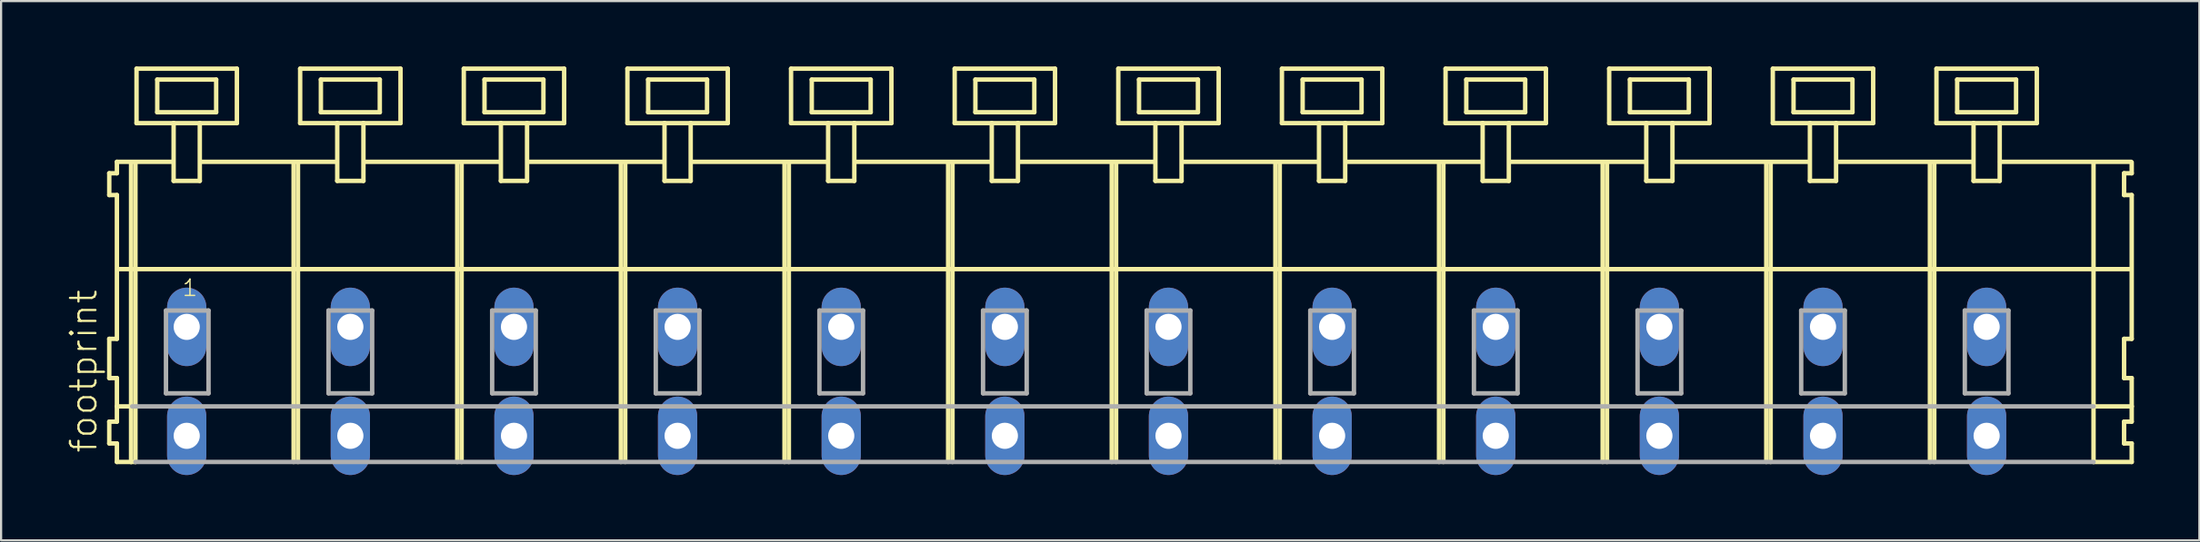
<source format=kicad_pcb>
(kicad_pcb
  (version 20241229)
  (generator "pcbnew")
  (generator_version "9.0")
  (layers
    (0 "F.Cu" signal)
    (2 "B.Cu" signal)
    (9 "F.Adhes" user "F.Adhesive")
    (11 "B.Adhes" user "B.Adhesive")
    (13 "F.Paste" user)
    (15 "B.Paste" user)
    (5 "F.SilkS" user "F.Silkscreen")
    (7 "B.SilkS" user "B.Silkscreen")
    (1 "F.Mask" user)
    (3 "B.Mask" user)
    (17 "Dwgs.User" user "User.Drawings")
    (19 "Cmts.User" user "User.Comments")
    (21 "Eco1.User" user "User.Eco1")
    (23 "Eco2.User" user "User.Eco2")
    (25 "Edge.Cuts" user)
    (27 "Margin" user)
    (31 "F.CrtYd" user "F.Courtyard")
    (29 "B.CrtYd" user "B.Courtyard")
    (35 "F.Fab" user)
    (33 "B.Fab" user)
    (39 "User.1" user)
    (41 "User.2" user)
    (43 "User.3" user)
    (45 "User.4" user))
  (footprint "footprint"
    (layer "F.Cu")
    (at 48.008 11.952)
    (property "Reference" "footprint" (at -46.535 5.855 90) (layer "F.SilkS") (effects (font (size 1.168 1.168) (thickness 0.102)) (justify left bottom)))
    (fp_line (start -46.05 -7.05) (end -46.05 -6.05) (stroke (width 0.203) (type solid)) (layer "F.SilkS"))
    (fp_line (start -46.05 -6.05) (end -45.7 -6.05) (stroke (width 0.203) (type solid)) (layer "F.SilkS"))
    (fp_line (start -46.05 0.55) (end -46.05 2.35) (stroke (width 0.203) (type solid)) (layer "F.SilkS"))
    (fp_line (start -46.05 2.35) (end -45.7 2.35) (stroke (width 0.203) (type solid)) (layer "F.SilkS"))
    (fp_line (start -46.05 4.35) (end -46.05 5.35) (stroke (width 0.203) (type solid)) (layer "F.SilkS"))
    (fp_line (start -46.05 5.35) (end -45.7 5.35) (stroke (width 0.203) (type solid)) (layer "F.SilkS"))
    (fp_line (start -45.7 -7.575) (end -45.7 -7.05) (stroke (width 0.203) (type solid)) (layer "F.SilkS"))
    (fp_line (start -45.7 -7.575) (end -43.125 -7.575) (stroke (width 0.203) (type solid)) (layer "F.SilkS"))
    (fp_line (start -45.7 -7.05) (end -46.05 -7.05) (stroke (width 0.203) (type solid)) (layer "F.SilkS"))
    (fp_line (start -45.7 -6.05) (end -45.7 0.55) (stroke (width 0.203) (type solid)) (layer "F.SilkS"))
    (fp_line (start -45.7 0.55) (end -46.05 0.55) (stroke (width 0.203) (type solid)) (layer "F.SilkS"))
    (fp_line (start -45.7 2.35) (end -45.7 4.35) (stroke (width 0.203) (type solid)) (layer "F.SilkS"))
    (fp_line (start -45.7 3.65) (end -45 3.65) (stroke (width 0.203) (type solid)) (layer "F.SilkS"))
    (fp_line (start -45.7 4.35) (end -46.05 4.35) (stroke (width 0.203) (type solid)) (layer "F.SilkS"))
    (fp_line (start -45.7 5.35) (end -45.7 6.2) (stroke (width 0.203) (type solid)) (layer "F.SilkS"))
    (fp_line (start -45.7 6.2) (end -45.05 6.2) (stroke (width 0.203) (type solid)) (layer "F.SilkS"))
    (fp_line (start -45.65 -2.65) (end 46.6 -2.65) (stroke (width 0.203) (type solid)) (layer "F.SilkS"))
    (fp_line (start -45.05 -7.55) (end -45.05 6.2) (stroke (width 0.203) (type solid)) (layer "F.SilkS"))
    (fp_line (start -45.05 6.2) (end -44.85 6.2) (stroke (width 0.203) (type solid)) (layer "F.SilkS"))
    (fp_line (start -44.85 -7.55) (end -44.85 6.2) (stroke (width 0.203) (type solid)) (layer "F.SilkS"))
    (fp_line (start -44.8 -11.85) (end -44.8 -9.35) (stroke (width 0.203) (type solid)) (layer "F.SilkS"))
    (fp_line (start -44.8 -9.35) (end -43.1 -9.35) (stroke (width 0.203) (type solid)) (layer "F.SilkS"))
    (fp_line (start -43.85 -11.35) (end -43.85 -9.85) (stroke (width 0.203) (type solid)) (layer "F.SilkS"))
    (fp_line (start -43.85 -9.85) (end -41.15 -9.85) (stroke (width 0.203) (type solid)) (layer "F.SilkS"))
    (fp_line (start -43.1 -9.35) (end -43.1 -6.7) (stroke (width 0.203) (type solid)) (layer "F.SilkS"))
    (fp_line (start -43.1 -9.35) (end -41.9 -9.35) (stroke (width 0.203) (type solid)) (layer "F.SilkS"))
    (fp_line (start -43.1 -6.7) (end -41.9 -6.7) (stroke (width 0.203) (type solid)) (layer "F.SilkS"))
    (fp_line (start -41.9 -9.35) (end -40.2 -9.35) (stroke (width 0.203) (type solid)) (layer "F.SilkS"))
    (fp_line (start -41.9 -6.7) (end -41.9 -9.35) (stroke (width 0.203) (type solid)) (layer "F.SilkS"))
    (fp_line (start -41.825 -7.575) (end -35.625 -7.575) (stroke (width 0.203) (type solid)) (layer "F.SilkS"))
    (fp_line (start -41.15 -11.35) (end -43.85 -11.35) (stroke (width 0.203) (type solid)) (layer "F.SilkS"))
    (fp_line (start -41.15 -9.85) (end -41.15 -11.35) (stroke (width 0.203) (type solid)) (layer "F.SilkS"))
    (fp_line (start -40.2 -11.85) (end -44.8 -11.85) (stroke (width 0.203) (type solid)) (layer "F.SilkS"))
    (fp_line (start -40.2 -9.35) (end -40.2 -11.85) (stroke (width 0.203) (type solid)) (layer "F.SilkS"))
    (fp_line (start -37.6 -7.55) (end -37.6 6.2) (stroke (width 0.203) (type solid)) (layer "F.SilkS"))
    (fp_line (start -37.4 -7.55) (end -37.4 6.2) (stroke (width 0.203) (type solid)) (layer "F.SilkS"))
    (fp_line (start -37.3 -11.85) (end -37.3 -9.35) (stroke (width 0.203) (type solid)) (layer "F.SilkS"))
    (fp_line (start -37.3 -9.35) (end -35.6 -9.35) (stroke (width 0.203) (type solid)) (layer "F.SilkS"))
    (fp_line (start -36.35 -11.35) (end -36.35 -9.85) (stroke (width 0.203) (type solid)) (layer "F.SilkS"))
    (fp_line (start -36.35 -9.85) (end -33.65 -9.85) (stroke (width 0.203) (type solid)) (layer "F.SilkS"))
    (fp_line (start -35.6 -9.35) (end -35.6 -6.7) (stroke (width 0.203) (type solid)) (layer "F.SilkS"))
    (fp_line (start -35.6 -9.35) (end -34.4 -9.35) (stroke (width 0.203) (type solid)) (layer "F.SilkS"))
    (fp_line (start -35.6 -6.7) (end -34.4 -6.7) (stroke (width 0.203) (type solid)) (layer "F.SilkS"))
    (fp_line (start -34.4 -9.35) (end -32.7 -9.35) (stroke (width 0.203) (type solid)) (layer "F.SilkS"))
    (fp_line (start -34.4 -6.7) (end -34.4 -9.35) (stroke (width 0.203) (type solid)) (layer "F.SilkS"))
    (fp_line (start -34.325 -7.575) (end -28.125 -7.575) (stroke (width 0.203) (type solid)) (layer "F.SilkS"))
    (fp_line (start -33.65 -11.35) (end -36.35 -11.35) (stroke (width 0.203) (type solid)) (layer "F.SilkS"))
    (fp_line (start -33.65 -9.85) (end -33.65 -11.35) (stroke (width 0.203) (type solid)) (layer "F.SilkS"))
    (fp_line (start -32.7 -11.85) (end -37.3 -11.85) (stroke (width 0.203) (type solid)) (layer "F.SilkS"))
    (fp_line (start -32.7 -9.35) (end -32.7 -11.85) (stroke (width 0.203) (type solid)) (layer "F.SilkS"))
    (fp_line (start -30.1 -7.55) (end -30.1 6.2) (stroke (width 0.203) (type solid)) (layer "F.SilkS"))
    (fp_line (start -29.9 -7.55) (end -29.9 6.2) (stroke (width 0.203) (type solid)) (layer "F.SilkS"))
    (fp_line (start -29.8 -11.85) (end -29.8 -9.35) (stroke (width 0.203) (type solid)) (layer "F.SilkS"))
    (fp_line (start -29.8 -9.35) (end -28.1 -9.35) (stroke (width 0.203) (type solid)) (layer "F.SilkS"))
    (fp_line (start -28.85 -11.35) (end -28.85 -9.85) (stroke (width 0.203) (type solid)) (layer "F.SilkS"))
    (fp_line (start -28.85 -9.85) (end -26.15 -9.85) (stroke (width 0.203) (type solid)) (layer "F.SilkS"))
    (fp_line (start -28.1 -9.35) (end -28.1 -6.7) (stroke (width 0.203) (type solid)) (layer "F.SilkS"))
    (fp_line (start -28.1 -9.35) (end -26.9 -9.35) (stroke (width 0.203) (type solid)) (layer "F.SilkS"))
    (fp_line (start -28.1 -6.7) (end -26.9 -6.7) (stroke (width 0.203) (type solid)) (layer "F.SilkS"))
    (fp_line (start -26.9 -9.35) (end -25.2 -9.35) (stroke (width 0.203) (type solid)) (layer "F.SilkS"))
    (fp_line (start -26.9 -6.7) (end -26.9 -9.35) (stroke (width 0.203) (type solid)) (layer "F.SilkS"))
    (fp_line (start -26.825 -7.575) (end -20.625 -7.575) (stroke (width 0.203) (type solid)) (layer "F.SilkS"))
    (fp_line (start -26.15 -11.35) (end -28.85 -11.35) (stroke (width 0.203) (type solid)) (layer "F.SilkS"))
    (fp_line (start -26.15 -9.85) (end -26.15 -11.35) (stroke (width 0.203) (type solid)) (layer "F.SilkS"))
    (fp_line (start -25.2 -11.85) (end -29.8 -11.85) (stroke (width 0.203) (type solid)) (layer "F.SilkS"))
    (fp_line (start -25.2 -9.35) (end -25.2 -11.85) (stroke (width 0.203) (type solid)) (layer "F.SilkS"))
    (fp_line (start -22.6 -7.55) (end -22.6 6.2) (stroke (width 0.203) (type solid)) (layer "F.SilkS"))
    (fp_line (start -22.4 -7.55) (end -22.4 6.2) (stroke (width 0.203) (type solid)) (layer "F.SilkS"))
    (fp_line (start -22.3 -11.85) (end -22.3 -9.35) (stroke (width 0.203) (type solid)) (layer "F.SilkS"))
    (fp_line (start -22.3 -9.35) (end -20.6 -9.35) (stroke (width 0.203) (type solid)) (layer "F.SilkS"))
    (fp_line (start -21.35 -11.35) (end -21.35 -9.85) (stroke (width 0.203) (type solid)) (layer "F.SilkS"))
    (fp_line (start -21.35 -9.85) (end -18.65 -9.85) (stroke (width 0.203) (type solid)) (layer "F.SilkS"))
    (fp_line (start -20.6 -9.35) (end -20.6 -6.7) (stroke (width 0.203) (type solid)) (layer "F.SilkS"))
    (fp_line (start -20.6 -9.35) (end -19.4 -9.35) (stroke (width 0.203) (type solid)) (layer "F.SilkS"))
    (fp_line (start -20.6 -6.7) (end -19.4 -6.7) (stroke (width 0.203) (type solid)) (layer "F.SilkS"))
    (fp_line (start -19.4 -9.35) (end -17.7 -9.35) (stroke (width 0.203) (type solid)) (layer "F.SilkS"))
    (fp_line (start -19.4 -6.7) (end -19.4 -9.35) (stroke (width 0.203) (type solid)) (layer "F.SilkS"))
    (fp_line (start -19.325 -7.575) (end -13.125 -7.575) (stroke (width 0.203) (type solid)) (layer "F.SilkS"))
    (fp_line (start -18.65 -11.35) (end -21.35 -11.35) (stroke (width 0.203) (type solid)) (layer "F.SilkS"))
    (fp_line (start -18.65 -9.85) (end -18.65 -11.35) (stroke (width 0.203) (type solid)) (layer "F.SilkS"))
    (fp_line (start -17.7 -11.85) (end -22.3 -11.85) (stroke (width 0.203) (type solid)) (layer "F.SilkS"))
    (fp_line (start -17.7 -9.35) (end -17.7 -11.85) (stroke (width 0.203) (type solid)) (layer "F.SilkS"))
    (fp_line (start -15.1 -7.55) (end -15.1 6.2) (stroke (width 0.203) (type solid)) (layer "F.SilkS"))
    (fp_line (start -14.9 -7.55) (end -14.9 6.2) (stroke (width 0.203) (type solid)) (layer "F.SilkS"))
    (fp_line (start -14.8 -11.85) (end -14.8 -9.35) (stroke (width 0.203) (type solid)) (layer "F.SilkS"))
    (fp_line (start -14.8 -9.35) (end -13.1 -9.35) (stroke (width 0.203) (type solid)) (layer "F.SilkS"))
    (fp_line (start -13.85 -11.35) (end -13.85 -9.85) (stroke (width 0.203) (type solid)) (layer "F.SilkS"))
    (fp_line (start -13.85 -9.85) (end -11.15 -9.85) (stroke (width 0.203) (type solid)) (layer "F.SilkS"))
    (fp_line (start -13.1 -9.35) (end -13.1 -6.7) (stroke (width 0.203) (type solid)) (layer "F.SilkS"))
    (fp_line (start -13.1 -9.35) (end -11.9 -9.35) (stroke (width 0.203) (type solid)) (layer "F.SilkS"))
    (fp_line (start -13.1 -6.7) (end -11.9 -6.7) (stroke (width 0.203) (type solid)) (layer "F.SilkS"))
    (fp_line (start -11.9 -9.35) (end -10.2 -9.35) (stroke (width 0.203) (type solid)) (layer "F.SilkS"))
    (fp_line (start -11.9 -6.7) (end -11.9 -9.35) (stroke (width 0.203) (type solid)) (layer "F.SilkS"))
    (fp_line (start -11.825 -7.575) (end -5.625 -7.575) (stroke (width 0.203) (type solid)) (layer "F.SilkS"))
    (fp_line (start -11.15 -11.35) (end -13.85 -11.35) (stroke (width 0.203) (type solid)) (layer "F.SilkS"))
    (fp_line (start -11.15 -9.85) (end -11.15 -11.35) (stroke (width 0.203) (type solid)) (layer "F.SilkS"))
    (fp_line (start -10.2 -11.85) (end -14.8 -11.85) (stroke (width 0.203) (type solid)) (layer "F.SilkS"))
    (fp_line (start -10.2 -9.35) (end -10.2 -11.85) (stroke (width 0.203) (type solid)) (layer "F.SilkS"))
    (fp_line (start -7.6 -7.55) (end -7.6 6.2) (stroke (width 0.203) (type solid)) (layer "F.SilkS"))
    (fp_line (start -7.4 -7.55) (end -7.4 6.2) (stroke (width 0.203) (type solid)) (layer "F.SilkS"))
    (fp_line (start -7.3 -11.85) (end -7.3 -9.35) (stroke (width 0.203) (type solid)) (layer "F.SilkS"))
    (fp_line (start -7.3 -9.35) (end -5.6 -9.35) (stroke (width 0.203) (type solid)) (layer "F.SilkS"))
    (fp_line (start -6.35 -11.35) (end -6.35 -9.85) (stroke (width 0.203) (type solid)) (layer "F.SilkS"))
    (fp_line (start -6.35 -9.85) (end -3.65 -9.85) (stroke (width 0.203) (type solid)) (layer "F.SilkS"))
    (fp_line (start -5.6 -9.35) (end -5.6 -6.7) (stroke (width 0.203) (type solid)) (layer "F.SilkS"))
    (fp_line (start -5.6 -9.35) (end -4.4 -9.35) (stroke (width 0.203) (type solid)) (layer "F.SilkS"))
    (fp_line (start -5.6 -6.7) (end -4.4 -6.7) (stroke (width 0.203) (type solid)) (layer "F.SilkS"))
    (fp_line (start -4.4 -9.35) (end -2.7 -9.35) (stroke (width 0.203) (type solid)) (layer "F.SilkS"))
    (fp_line (start -4.4 -6.7) (end -4.4 -9.35) (stroke (width 0.203) (type solid)) (layer "F.SilkS"))
    (fp_line (start -4.325 -7.575) (end 1.875 -7.575) (stroke (width 0.203) (type solid)) (layer "F.SilkS"))
    (fp_line (start -3.65 -11.35) (end -6.35 -11.35) (stroke (width 0.203) (type solid)) (layer "F.SilkS"))
    (fp_line (start -3.65 -9.85) (end -3.65 -11.35) (stroke (width 0.203) (type solid)) (layer "F.SilkS"))
    (fp_line (start -2.7 -11.85) (end -7.3 -11.85) (stroke (width 0.203) (type solid)) (layer "F.SilkS"))
    (fp_line (start -2.7 -9.35) (end -2.7 -11.85) (stroke (width 0.203) (type solid)) (layer "F.SilkS"))
    (fp_line (start -0.1 -7.55) (end -0.1 6.2) (stroke (width 0.203) (type solid)) (layer "F.SilkS"))
    (fp_line (start 0.1 -7.55) (end 0.1 6.2) (stroke (width 0.203) (type solid)) (layer "F.SilkS"))
    (fp_line (start 0.2 -11.85) (end 0.2 -9.35) (stroke (width 0.203) (type solid)) (layer "F.SilkS"))
    (fp_line (start 0.2 -9.35) (end 1.9 -9.35) (stroke (width 0.203) (type solid)) (layer "F.SilkS"))
    (fp_line (start 1.15 -11.35) (end 1.15 -9.85) (stroke (width 0.203) (type solid)) (layer "F.SilkS"))
    (fp_line (start 1.15 -9.85) (end 3.85 -9.85) (stroke (width 0.203) (type solid)) (layer "F.SilkS"))
    (fp_line (start 1.9 -9.35) (end 1.9 -6.7) (stroke (width 0.203) (type solid)) (layer "F.SilkS"))
    (fp_line (start 1.9 -9.35) (end 3.1 -9.35) (stroke (width 0.203) (type solid)) (layer "F.SilkS"))
    (fp_line (start 1.9 -6.7) (end 3.1 -6.7) (stroke (width 0.203) (type solid)) (layer "F.SilkS"))
    (fp_line (start 3.1 -9.35) (end 4.8 -9.35) (stroke (width 0.203) (type solid)) (layer "F.SilkS"))
    (fp_line (start 3.1 -6.7) (end 3.1 -9.35) (stroke (width 0.203) (type solid)) (layer "F.SilkS"))
    (fp_line (start 3.175 -7.575) (end 9.375 -7.575) (stroke (width 0.203) (type solid)) (layer "F.SilkS"))
    (fp_line (start 3.85 -11.35) (end 1.15 -11.35) (stroke (width 0.203) (type solid)) (layer "F.SilkS"))
    (fp_line (start 3.85 -9.85) (end 3.85 -11.35) (stroke (width 0.203) (type solid)) (layer "F.SilkS"))
    (fp_line (start 4.8 -11.85) (end 0.2 -11.85) (stroke (width 0.203) (type solid)) (layer "F.SilkS"))
    (fp_line (start 4.8 -9.35) (end 4.8 -11.85) (stroke (width 0.203) (type solid)) (layer "F.SilkS"))
    (fp_line (start 7.4 -7.55) (end 7.4 6.2) (stroke (width 0.203) (type solid)) (layer "F.SilkS"))
    (fp_line (start 7.6 -7.55) (end 7.6 6.2) (stroke (width 0.203) (type solid)) (layer "F.SilkS"))
    (fp_line (start 7.7 -11.85) (end 7.7 -9.35) (stroke (width 0.203) (type solid)) (layer "F.SilkS"))
    (fp_line (start 7.7 -9.35) (end 9.4 -9.35) (stroke (width 0.203) (type solid)) (layer "F.SilkS"))
    (fp_line (start 8.65 -11.35) (end 8.65 -9.85) (stroke (width 0.203) (type solid)) (layer "F.SilkS"))
    (fp_line (start 8.65 -9.85) (end 11.35 -9.85) (stroke (width 0.203) (type solid)) (layer "F.SilkS"))
    (fp_line (start 9.4 -9.35) (end 9.4 -6.7) (stroke (width 0.203) (type solid)) (layer "F.SilkS"))
    (fp_line (start 9.4 -9.35) (end 10.6 -9.35) (stroke (width 0.203) (type solid)) (layer "F.SilkS"))
    (fp_line (start 9.4 -6.7) (end 10.6 -6.7) (stroke (width 0.203) (type solid)) (layer "F.SilkS"))
    (fp_line (start 10.6 -9.35) (end 12.3 -9.35) (stroke (width 0.203) (type solid)) (layer "F.SilkS"))
    (fp_line (start 10.6 -6.7) (end 10.6 -9.35) (stroke (width 0.203) (type solid)) (layer "F.SilkS"))
    (fp_line (start 10.675 -7.575) (end 16.875 -7.575) (stroke (width 0.203) (type solid)) (layer "F.SilkS"))
    (fp_line (start 11.35 -11.35) (end 8.65 -11.35) (stroke (width 0.203) (type solid)) (layer "F.SilkS"))
    (fp_line (start 11.35 -9.85) (end 11.35 -11.35) (stroke (width 0.203) (type solid)) (layer "F.SilkS"))
    (fp_line (start 12.3 -11.85) (end 7.7 -11.85) (stroke (width 0.203) (type solid)) (layer "F.SilkS"))
    (fp_line (start 12.3 -9.35) (end 12.3 -11.85) (stroke (width 0.203) (type solid)) (layer "F.SilkS"))
    (fp_line (start 14.9 -7.55) (end 14.9 6.2) (stroke (width 0.203) (type solid)) (layer "F.SilkS"))
    (fp_line (start 15.1 -7.55) (end 15.1 6.2) (stroke (width 0.203) (type solid)) (layer "F.SilkS"))
    (fp_line (start 15.2 -11.85) (end 15.2 -9.35) (stroke (width 0.203) (type solid)) (layer "F.SilkS"))
    (fp_line (start 15.2 -9.35) (end 16.9 -9.35) (stroke (width 0.203) (type solid)) (layer "F.SilkS"))
    (fp_line (start 16.15 -11.35) (end 16.15 -9.85) (stroke (width 0.203) (type solid)) (layer "F.SilkS"))
    (fp_line (start 16.15 -9.85) (end 18.85 -9.85) (stroke (width 0.203) (type solid)) (layer "F.SilkS"))
    (fp_line (start 16.9 -9.35) (end 16.9 -6.7) (stroke (width 0.203) (type solid)) (layer "F.SilkS"))
    (fp_line (start 16.9 -9.35) (end 18.1 -9.35) (stroke (width 0.203) (type solid)) (layer "F.SilkS"))
    (fp_line (start 16.9 -6.7) (end 18.1 -6.7) (stroke (width 0.203) (type solid)) (layer "F.SilkS"))
    (fp_line (start 18.1 -9.35) (end 19.8 -9.35) (stroke (width 0.203) (type solid)) (layer "F.SilkS"))
    (fp_line (start 18.1 -6.7) (end 18.1 -9.35) (stroke (width 0.203) (type solid)) (layer "F.SilkS"))
    (fp_line (start 18.175 -7.575) (end 24.375 -7.575) (stroke (width 0.203) (type solid)) (layer "F.SilkS"))
    (fp_line (start 18.85 -11.35) (end 16.15 -11.35) (stroke (width 0.203) (type solid)) (layer "F.SilkS"))
    (fp_line (start 18.85 -9.85) (end 18.85 -11.35) (stroke (width 0.203) (type solid)) (layer "F.SilkS"))
    (fp_line (start 19.8 -11.85) (end 15.2 -11.85) (stroke (width 0.203) (type solid)) (layer "F.SilkS"))
    (fp_line (start 19.8 -9.35) (end 19.8 -11.85) (stroke (width 0.203) (type solid)) (layer "F.SilkS"))
    (fp_line (start 22.4 -7.55) (end 22.4 6.2) (stroke (width 0.203) (type solid)) (layer "F.SilkS"))
    (fp_line (start 22.6 -7.55) (end 22.6 6.2) (stroke (width 0.203) (type solid)) (layer "F.SilkS"))
    (fp_line (start 22.7 -11.85) (end 22.7 -9.35) (stroke (width 0.203) (type solid)) (layer "F.SilkS"))
    (fp_line (start 22.7 -9.35) (end 24.4 -9.35) (stroke (width 0.203) (type solid)) (layer "F.SilkS"))
    (fp_line (start 23.65 -11.35) (end 23.65 -9.85) (stroke (width 0.203) (type solid)) (layer "F.SilkS"))
    (fp_line (start 23.65 -9.85) (end 26.35 -9.85) (stroke (width 0.203) (type solid)) (layer "F.SilkS"))
    (fp_line (start 24.4 -9.35) (end 24.4 -6.7) (stroke (width 0.203) (type solid)) (layer "F.SilkS"))
    (fp_line (start 24.4 -9.35) (end 25.6 -9.35) (stroke (width 0.203) (type solid)) (layer "F.SilkS"))
    (fp_line (start 24.4 -6.7) (end 25.6 -6.7) (stroke (width 0.203) (type solid)) (layer "F.SilkS"))
    (fp_line (start 25.6 -9.35) (end 27.3 -9.35) (stroke (width 0.203) (type solid)) (layer "F.SilkS"))
    (fp_line (start 25.6 -6.7) (end 25.6 -9.35) (stroke (width 0.203) (type solid)) (layer "F.SilkS"))
    (fp_line (start 25.675 -7.575) (end 31.875 -7.575) (stroke (width 0.203) (type solid)) (layer "F.SilkS"))
    (fp_line (start 26.35 -11.35) (end 23.65 -11.35) (stroke (width 0.203) (type solid)) (layer "F.SilkS"))
    (fp_line (start 26.35 -9.85) (end 26.35 -11.35) (stroke (width 0.203) (type solid)) (layer "F.SilkS"))
    (fp_line (start 27.3 -11.85) (end 22.7 -11.85) (stroke (width 0.203) (type solid)) (layer "F.SilkS"))
    (fp_line (start 27.3 -9.35) (end 27.3 -11.85) (stroke (width 0.203) (type solid)) (layer "F.SilkS"))
    (fp_line (start 29.9 -7.55) (end 29.9 6.2) (stroke (width 0.203) (type solid)) (layer "F.SilkS"))
    (fp_line (start 30.1 -7.55) (end 30.1 6.2) (stroke (width 0.203) (type solid)) (layer "F.SilkS"))
    (fp_line (start 30.2 -11.85) (end 30.2 -9.35) (stroke (width 0.203) (type solid)) (layer "F.SilkS"))
    (fp_line (start 30.2 -9.35) (end 31.9 -9.35) (stroke (width 0.203) (type solid)) (layer "F.SilkS"))
    (fp_line (start 31.15 -11.35) (end 31.15 -9.85) (stroke (width 0.203) (type solid)) (layer "F.SilkS"))
    (fp_line (start 31.15 -9.85) (end 33.85 -9.85) (stroke (width 0.203) (type solid)) (layer "F.SilkS"))
    (fp_line (start 31.9 -9.35) (end 31.9 -6.7) (stroke (width 0.203) (type solid)) (layer "F.SilkS"))
    (fp_line (start 31.9 -9.35) (end 33.1 -9.35) (stroke (width 0.203) (type solid)) (layer "F.SilkS"))
    (fp_line (start 31.9 -6.7) (end 33.1 -6.7) (stroke (width 0.203) (type solid)) (layer "F.SilkS"))
    (fp_line (start 33.1 -9.35) (end 34.8 -9.35) (stroke (width 0.203) (type solid)) (layer "F.SilkS"))
    (fp_line (start 33.1 -6.7) (end 33.1 -9.35) (stroke (width 0.203) (type solid)) (layer "F.SilkS"))
    (fp_line (start 33.175 -7.575) (end 39.375 -7.575) (stroke (width 0.203) (type solid)) (layer "F.SilkS"))
    (fp_line (start 33.85 -11.35) (end 31.15 -11.35) (stroke (width 0.203) (type solid)) (layer "F.SilkS"))
    (fp_line (start 33.85 -9.85) (end 33.85 -11.35) (stroke (width 0.203) (type solid)) (layer "F.SilkS"))
    (fp_line (start 34.8 -11.85) (end 30.2 -11.85) (stroke (width 0.203) (type solid)) (layer "F.SilkS"))
    (fp_line (start 34.8 -9.35) (end 34.8 -11.85) (stroke (width 0.203) (type solid)) (layer "F.SilkS"))
    (fp_line (start 37.4 -7.55) (end 37.4 6.2) (stroke (width 0.203) (type solid)) (layer "F.SilkS"))
    (fp_line (start 37.6 -7.55) (end 37.6 6.2) (stroke (width 0.203) (type solid)) (layer "F.SilkS"))
    (fp_line (start 37.7 -11.85) (end 37.7 -9.35) (stroke (width 0.203) (type solid)) (layer "F.SilkS"))
    (fp_line (start 37.7 -9.35) (end 39.4 -9.35) (stroke (width 0.203) (type solid)) (layer "F.SilkS"))
    (fp_line (start 38.65 -11.35) (end 38.65 -9.85) (stroke (width 0.203) (type solid)) (layer "F.SilkS"))
    (fp_line (start 38.65 -9.85) (end 41.35 -9.85) (stroke (width 0.203) (type solid)) (layer "F.SilkS"))
    (fp_line (start 39.4 -9.35) (end 39.4 -6.7) (stroke (width 0.203) (type solid)) (layer "F.SilkS"))
    (fp_line (start 39.4 -9.35) (end 40.6 -9.35) (stroke (width 0.203) (type solid)) (layer "F.SilkS"))
    (fp_line (start 39.4 -6.7) (end 40.6 -6.7) (stroke (width 0.203) (type solid)) (layer "F.SilkS"))
    (fp_line (start 40.6 -9.35) (end 42.3 -9.35) (stroke (width 0.203) (type solid)) (layer "F.SilkS"))
    (fp_line (start 40.6 -6.7) (end 40.6 -9.35) (stroke (width 0.203) (type solid)) (layer "F.SilkS"))
    (fp_line (start 40.625 -7.575) (end 46.625 -7.575) (stroke (width 0.203) (type solid)) (layer "F.SilkS"))
    (fp_line (start 41.35 -11.35) (end 38.65 -11.35) (stroke (width 0.203) (type solid)) (layer "F.SilkS"))
    (fp_line (start 41.35 -9.85) (end 41.35 -11.35) (stroke (width 0.203) (type solid)) (layer "F.SilkS"))
    (fp_line (start 42.3 -11.85) (end 37.7 -11.85) (stroke (width 0.203) (type solid)) (layer "F.SilkS"))
    (fp_line (start 42.3 -9.35) (end 42.3 -11.85) (stroke (width 0.203) (type solid)) (layer "F.SilkS"))
    (fp_line (start 44.9 -7.55) (end 44.9 6.2) (stroke (width 0.203) (type solid)) (layer "F.SilkS"))
    (fp_line (start 44.9 6.2) (end 46.65 6.2) (stroke (width 0.203) (type solid)) (layer "F.SilkS"))
    (fp_line (start 44.95 3.65) (end 46.65 3.65) (stroke (width 0.203) (type solid)) (layer "F.SilkS"))
    (fp_line (start 46.3 -7.05) (end 46.3 -6.05) (stroke (width 0.203) (type solid)) (layer "F.SilkS"))
    (fp_line (start 46.3 -6.05) (end 46.65 -6.05) (stroke (width 0.203) (type solid)) (layer "F.SilkS"))
    (fp_line (start 46.3 0.55) (end 46.3 2.35) (stroke (width 0.203) (type solid)) (layer "F.SilkS"))
    (fp_line (start 46.3 2.35) (end 46.65 2.35) (stroke (width 0.203) (type solid)) (layer "F.SilkS"))
    (fp_line (start 46.3 4.35) (end 46.3 5.35) (stroke (width 0.203) (type solid)) (layer "F.SilkS"))
    (fp_line (start 46.3 5.35) (end 46.65 5.35) (stroke (width 0.203) (type solid)) (layer "F.SilkS"))
    (fp_line (start 46.65 -7.05) (end 46.3 -7.05) (stroke (width 0.203) (type solid)) (layer "F.SilkS"))
    (fp_line (start 46.65 -7.05) (end 46.65 -7.55) (stroke (width 0.203) (type solid)) (layer "F.SilkS"))
    (fp_line (start 46.65 0.55) (end 46.3 0.55) (stroke (width 0.203) (type solid)) (layer "F.SilkS"))
    (fp_line (start 46.65 0.55) (end 46.65 -6.05) (stroke (width 0.203) (type solid)) (layer "F.SilkS"))
    (fp_line (start 46.65 3.65) (end 46.65 2.35) (stroke (width 0.203) (type solid)) (layer "F.SilkS"))
    (fp_line (start 46.65 4.35) (end 46.3 4.35) (stroke (width 0.203) (type solid)) (layer "F.SilkS"))
    (fp_line (start 46.65 4.35) (end 46.65 3.65) (stroke (width 0.203) (type solid)) (layer "F.SilkS"))
    (fp_line (start 46.65 6.2) (end 46.65 5.35) (stroke (width 0.203) (type solid)) (layer "F.SilkS"))
    (fp_line (start -45 3.65) (end 44.9 3.65) (stroke (width 0.203) (type solid)) (layer "F.Fab"))
    (fp_line (start -44.85 6.2) (end 44.9 6.2) (stroke (width 0.203) (type solid)) (layer "F.Fab"))
    (fp_line (start -43.45 -0.75) (end -43.45 3.05) (stroke (width 0.203) (type solid)) (layer "F.Fab"))
    (fp_line (start -43.45 3.05) (end -41.5 3.05) (stroke (width 0.203) (type solid)) (layer "F.Fab"))
    (fp_line (start -41.5 -0.75) (end -43.45 -0.75) (stroke (width 0.203) (type solid)) (layer "F.Fab"))
    (fp_line (start -41.5 3.05) (end -41.5 -0.75) (stroke (width 0.203) (type solid)) (layer "F.Fab"))
    (fp_line (start -36 -0.75) (end -36 3.05) (stroke (width 0.203) (type solid)) (layer "F.Fab"))
    (fp_line (start -36 3.05) (end -34 3.05) (stroke (width 0.203) (type solid)) (layer "F.Fab"))
    (fp_line (start -34 -0.75) (end -36 -0.75) (stroke (width 0.203) (type solid)) (layer "F.Fab"))
    (fp_line (start -34 3.05) (end -34 -0.75) (stroke (width 0.203) (type solid)) (layer "F.Fab"))
    (fp_line (start -28.5 -0.75) (end -28.5 3.05) (stroke (width 0.203) (type solid)) (layer "F.Fab"))
    (fp_line (start -28.5 3.05) (end -26.5 3.05) (stroke (width 0.203) (type solid)) (layer "F.Fab"))
    (fp_line (start -26.5 -0.75) (end -28.5 -0.75) (stroke (width 0.203) (type solid)) (layer "F.Fab"))
    (fp_line (start -26.5 3.05) (end -26.5 -0.75) (stroke (width 0.203) (type solid)) (layer "F.Fab"))
    (fp_line (start -21 -0.75) (end -21 3.05) (stroke (width 0.203) (type solid)) (layer "F.Fab"))
    (fp_line (start -21 3.05) (end -19 3.05) (stroke (width 0.203) (type solid)) (layer "F.Fab"))
    (fp_line (start -19 -0.75) (end -21 -0.75) (stroke (width 0.203) (type solid)) (layer "F.Fab"))
    (fp_line (start -19 3.05) (end -19 -0.75) (stroke (width 0.203) (type solid)) (layer "F.Fab"))
    (fp_line (start -13.5 -0.75) (end -13.5 3.05) (stroke (width 0.203) (type solid)) (layer "F.Fab"))
    (fp_line (start -13.5 3.05) (end -11.5 3.05) (stroke (width 0.203) (type solid)) (layer "F.Fab"))
    (fp_line (start -11.5 -0.75) (end -13.5 -0.75) (stroke (width 0.203) (type solid)) (layer "F.Fab"))
    (fp_line (start -11.5 3.05) (end -11.5 -0.75) (stroke (width 0.203) (type solid)) (layer "F.Fab"))
    (fp_line (start -6 -0.75) (end -6 3.05) (stroke (width 0.203) (type solid)) (layer "F.Fab"))
    (fp_line (start -6 3.05) (end -4 3.05) (stroke (width 0.203) (type solid)) (layer "F.Fab"))
    (fp_line (start -4 -0.75) (end -6 -0.75) (stroke (width 0.203) (type solid)) (layer "F.Fab"))
    (fp_line (start -4 3.05) (end -4 -0.75) (stroke (width 0.203) (type solid)) (layer "F.Fab"))
    (fp_line (start 1.5 -0.75) (end 1.5 3.05) (stroke (width 0.203) (type solid)) (layer "F.Fab"))
    (fp_line (start 1.5 3.05) (end 3.5 3.05) (stroke (width 0.203) (type solid)) (layer "F.Fab"))
    (fp_line (start 3.5 -0.75) (end 1.5 -0.75) (stroke (width 0.203) (type solid)) (layer "F.Fab"))
    (fp_line (start 3.5 3.05) (end 3.5 -0.75) (stroke (width 0.203) (type solid)) (layer "F.Fab"))
    (fp_line (start 9 -0.75) (end 9 3.05) (stroke (width 0.203) (type solid)) (layer "F.Fab"))
    (fp_line (start 9 3.05) (end 11 3.05) (stroke (width 0.203) (type solid)) (layer "F.Fab"))
    (fp_line (start 11 -0.75) (end 9 -0.75) (stroke (width 0.203) (type solid)) (layer "F.Fab"))
    (fp_line (start 11 3.05) (end 11 -0.75) (stroke (width 0.203) (type solid)) (layer "F.Fab"))
    (fp_line (start 16.5 -0.75) (end 16.5 3.05) (stroke (width 0.203) (type solid)) (layer "F.Fab"))
    (fp_line (start 16.5 3.05) (end 18.5 3.05) (stroke (width 0.203) (type solid)) (layer "F.Fab"))
    (fp_line (start 18.5 -0.75) (end 16.5 -0.75) (stroke (width 0.203) (type solid)) (layer "F.Fab"))
    (fp_line (start 18.5 3.05) (end 18.5 -0.75) (stroke (width 0.203) (type solid)) (layer "F.Fab"))
    (fp_line (start 24 -0.75) (end 24 3.05) (stroke (width 0.203) (type solid)) (layer "F.Fab"))
    (fp_line (start 24 3.05) (end 26 3.05) (stroke (width 0.203) (type solid)) (layer "F.Fab"))
    (fp_line (start 26 -0.75) (end 24 -0.75) (stroke (width 0.203) (type solid)) (layer "F.Fab"))
    (fp_line (start 26 3.05) (end 26 -0.75) (stroke (width 0.203) (type solid)) (layer "F.Fab"))
    (fp_line (start 31.5 -0.75) (end 31.5 3.05) (stroke (width 0.203) (type solid)) (layer "F.Fab"))
    (fp_line (start 31.5 3.05) (end 33.5 3.05) (stroke (width 0.203) (type solid)) (layer "F.Fab"))
    (fp_line (start 33.5 -0.75) (end 31.5 -0.75) (stroke (width 0.203) (type solid)) (layer "F.Fab"))
    (fp_line (start 33.5 3.05) (end 33.5 -0.75) (stroke (width 0.203) (type solid)) (layer "F.Fab"))
    (fp_line (start 39 -0.75) (end 39 3.05) (stroke (width 0.203) (type solid)) (layer "F.Fab"))
    (fp_line (start 39 3.05) (end 41 3.05) (stroke (width 0.203) (type solid)) (layer "F.Fab"))
    (fp_line (start 41 -0.75) (end 39 -0.75) (stroke (width 0.203) (type solid)) (layer "F.Fab"))
    (fp_line (start 41 3.05) (end 41 -0.75) (stroke (width 0.203) (type solid)) (layer "F.Fab"))
    (fp_text user "1" (at -42.75 -1.35 0) (layer "F.SilkS") (effects (font (size 0.748 0.748) (thickness 0.065)) (justify left bottom)))
    (pad "A1" thru_hole oval (at -42.5 0 90) (size 3.6 1.8) (drill 1.2) (layers "*.Cu" "*.Mask"))
    (pad "A2" thru_hole oval (at -35 0 90) (size 3.6 1.8) (drill 1.2) (layers "*.Cu" "*.Mask"))
    (pad "A3" thru_hole oval (at -27.5 0 90) (size 3.6 1.8) (drill 1.2) (layers "*.Cu" "*.Mask"))
    (pad "A4" thru_hole oval (at -20 0 90) (size 3.6 1.8) (drill 1.2) (layers "*.Cu" "*.Mask"))
    (pad "A5" thru_hole oval (at -12.5 0 90) (size 3.6 1.8) (drill 1.2) (layers "*.Cu" "*.Mask"))
    (pad "A6" thru_hole oval (at -5 0 90) (size 3.6 1.8) (drill 1.2) (layers "*.Cu" "*.Mask"))
    (pad "A7" thru_hole oval (at 2.5 0 90) (size 3.6 1.8) (drill 1.2) (layers "*.Cu" "*.Mask"))
    (pad "A8" thru_hole oval (at 10 0 90) (size 3.6 1.8) (drill 1.2) (layers "*.Cu" "*.Mask"))
    (pad "A9" thru_hole oval (at 17.5 0 90) (size 3.6 1.8) (drill 1.2) (layers "*.Cu" "*.Mask"))
    (pad "A10" thru_hole oval (at 25 0 90) (size 3.6 1.8) (drill 1.2) (layers "*.Cu" "*.Mask"))
    (pad "A11" thru_hole oval (at 32.5 0 90) (size 3.6 1.8) (drill 1.2) (layers "*.Cu" "*.Mask"))
    (pad "A12" thru_hole oval (at 40 0 90) (size 3.6 1.8) (drill 1.2) (layers "*.Cu" "*.Mask"))
    (pad "B1" thru_hole oval (at -42.5 5 90) (size 3.6 1.8) (drill 1.2) (layers "*.Cu" "*.Mask"))
    (pad "B2" thru_hole oval (at -35 5 90) (size 3.6 1.8) (drill 1.2) (layers "*.Cu" "*.Mask"))
    (pad "B3" thru_hole oval (at -27.5 5 90) (size 3.6 1.8) (drill 1.2) (layers "*.Cu" "*.Mask"))
    (pad "B4" thru_hole oval (at -20 5 90) (size 3.6 1.8) (drill 1.2) (layers "*.Cu" "*.Mask"))
    (pad "B5" thru_hole oval (at -12.5 5 90) (size 3.6 1.8) (drill 1.2) (layers "*.Cu" "*.Mask"))
    (pad "B6" thru_hole oval (at -5 5 90) (size 3.6 1.8) (drill 1.2) (layers "*.Cu" "*.Mask"))
    (pad "B7" thru_hole oval (at 2.5 5 90) (size 3.6 1.8) (drill 1.2) (layers "*.Cu" "*.Mask"))
    (pad "B8" thru_hole oval (at 10 5 90) (size 3.6 1.8) (drill 1.2) (layers "*.Cu" "*.Mask"))
    (pad "B9" thru_hole oval (at 17.5 5 90) (size 3.6 1.8) (drill 1.2) (layers "*.Cu" "*.Mask"))
    (pad "B10" thru_hole oval (at 25 5 90) (size 3.6 1.8) (drill 1.2) (layers "*.Cu" "*.Mask"))
    (pad "B11" thru_hole oval (at 32.5 5 90) (size 3.6 1.8) (drill 1.2) (layers "*.Cu" "*.Mask"))
    (pad "B12" thru_hole oval (at 40 5 90) (size 3.6 1.8) (drill 1.2) (layers "*.Cu" "*.Mask")))
  (gr_rect
    (start -3 -3)
    (end 97.76 21.752)
    (stroke (width 0.1) (type default))
    (fill no)
    (layer "Edge.Cuts")))
</source>
